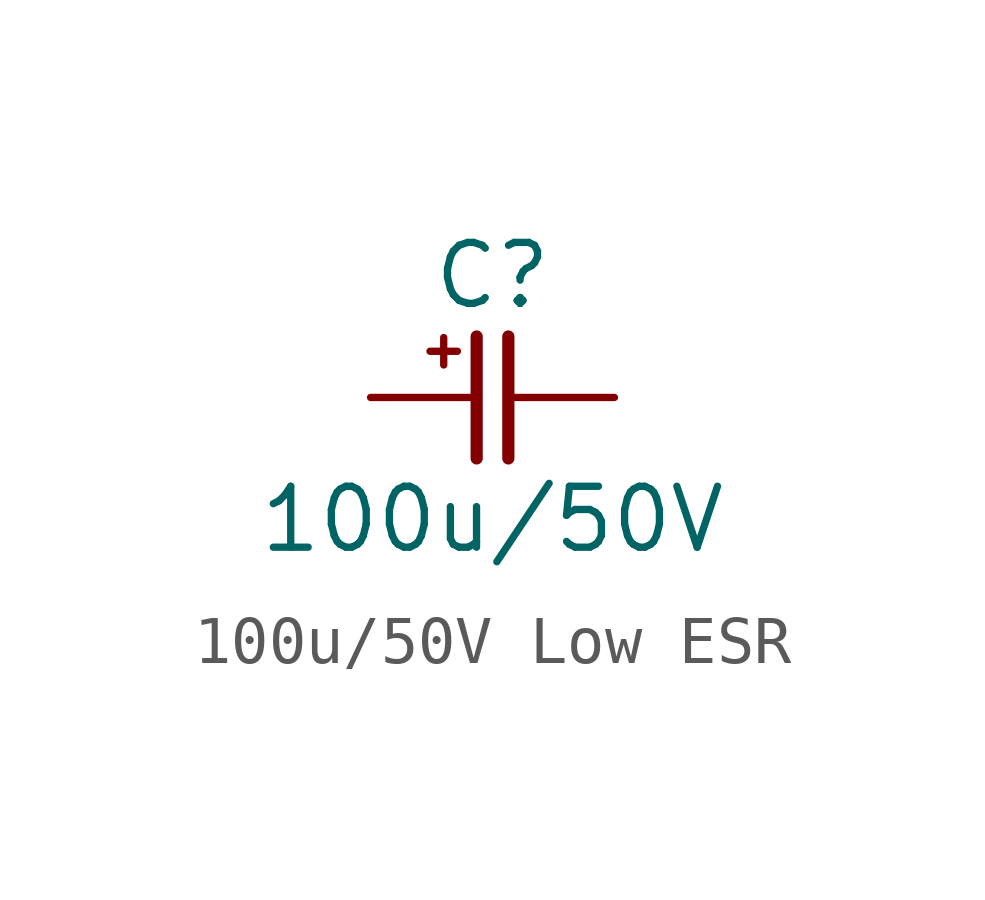
<source format=kicad_sym>
(kicad_symbol_lib
  (version 20220914)
  (generator kicad_symbol_editor)
  (symbol "100u/50V Low ESR"
    (pin_numbers hide)
    (pin_names
      (offset 0) hide)
    (property "Reference" "C"
      (at 0 2.54 0)
      (effects (font (size 1.27 1.27))))
    (property "Value" "100u/50V"
      (at 0 -2.54 0)
      (effects (font (size 1.27 1.27))))
    (symbol "100u/50V Low ESR_0_0"
      (text "+" (at -1.016 1.016 0) (effects (font (size 0.75 0.75)))))
    (symbol "100u/50V Low ESR_0_1"
      (polyline (pts (xy -0.33 1.27) (xy -0.33 -1.27)) (stroke (width 0.254) (type default)) (fill (type none)))
      (polyline (pts (xy 0.33 1.27) (xy 0.33 -1.27)) (stroke (width 0.254) (type default)) (fill (type none))))
    (symbol "100u/50V Low ESR_1_1"
      (pin passive line (at -2.54 0 0) (length 2.21) (name "1" (effects (font (size 1.27 1.27)))) (number "1" (effects (font (size 1.27 1.27)))))
      (pin passive line (at 2.54 0 180) (length 2.21) (name "2" (effects (font (size 1.27 1.27)))) (number "2" (effects (font (size 1.27 1.27))))))))
</source>
